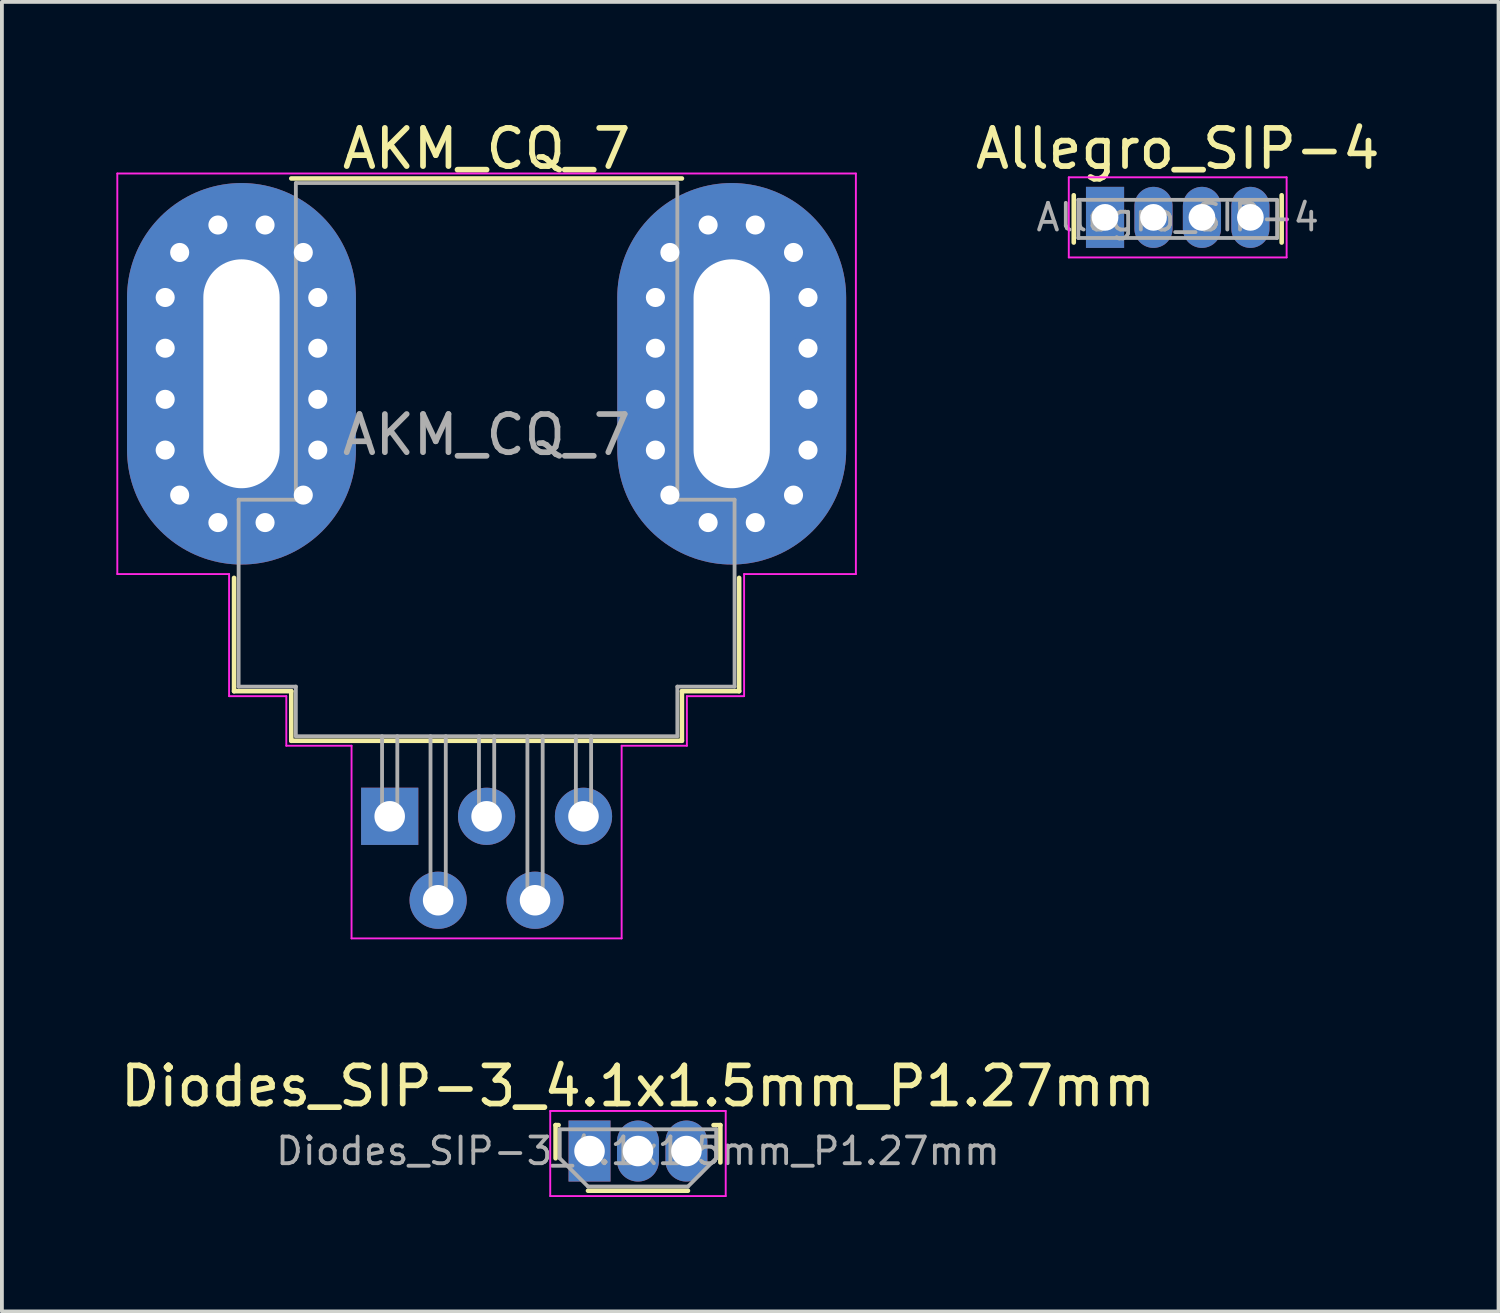
<source format=kicad_pcb>
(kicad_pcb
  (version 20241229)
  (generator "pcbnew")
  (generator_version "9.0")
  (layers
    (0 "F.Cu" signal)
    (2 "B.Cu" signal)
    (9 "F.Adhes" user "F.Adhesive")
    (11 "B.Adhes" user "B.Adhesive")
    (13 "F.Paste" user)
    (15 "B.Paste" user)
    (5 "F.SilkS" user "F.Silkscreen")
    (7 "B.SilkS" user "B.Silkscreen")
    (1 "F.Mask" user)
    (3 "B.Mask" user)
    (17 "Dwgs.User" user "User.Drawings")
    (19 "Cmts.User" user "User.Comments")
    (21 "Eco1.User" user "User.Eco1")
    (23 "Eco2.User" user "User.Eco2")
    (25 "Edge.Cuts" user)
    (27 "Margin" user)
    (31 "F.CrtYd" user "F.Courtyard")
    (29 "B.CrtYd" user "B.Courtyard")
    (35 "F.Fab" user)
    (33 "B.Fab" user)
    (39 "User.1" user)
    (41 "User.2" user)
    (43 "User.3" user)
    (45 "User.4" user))
  (footprint "AKM_CQ_7"
    (layer "F.Cu")
    (at 7.165 18.348)
    (property "Reference" "AKM_CQ_7" (at 2.54 -17.5 0) (layer "F.SilkS") (effects (font (size 1 1) (thickness 0.15))))
    (attr through_hole)
    (fp_line (start -4.08 -6.25) (end -4.08 -3.28) (stroke (width 0.12) (type solid)) (layer "F.SilkS"))
    (fp_line (start -2.58 -3.28) (end -4.08 -3.28) (stroke (width 0.12) (type solid)) (layer "F.SilkS"))
    (fp_line (start -2.58 -3.28) (end -2.58 -1.98) (stroke (width 0.12) (type solid)) (layer "F.SilkS"))
    (fp_line (start -2.58 -1.98) (end 7.66 -1.98) (stroke (width 0.12) (type solid)) (layer "F.SilkS"))
    (fp_line (start 7.66 -16.72) (end -2.58 -16.72) (stroke (width 0.12) (type solid)) (layer "F.SilkS"))
    (fp_line (start 7.66 -3.28) (end 7.66 -1.98) (stroke (width 0.12) (type solid)) (layer "F.SilkS"))
    (fp_line (start 7.66 -3.28) (end 9.16 -3.28) (stroke (width 0.12) (type solid)) (layer "F.SilkS"))
    (fp_line (start 9.16 -6.25) (end 9.16 -3.28) (stroke (width 0.12) (type solid)) (layer "F.SilkS"))
    (fp_line (start -7.14 -16.85) (end -7.14 -6.35) (stroke (width 0.05) (type solid)) (layer "F.CrtYd"))
    (fp_line (start -4.21 -6.35) (end -7.14 -6.35) (stroke (width 0.05) (type solid)) (layer "F.CrtYd"))
    (fp_line (start -4.21 -3.15) (end -4.21 -6.35) (stroke (width 0.05) (type solid)) (layer "F.CrtYd"))
    (fp_line (start -2.71 -3.15) (end -4.21 -3.15) (stroke (width 0.05) (type solid)) (layer "F.CrtYd"))
    (fp_line (start -2.71 -1.85) (end -2.71 -3.15) (stroke (width 0.05) (type solid)) (layer "F.CrtYd"))
    (fp_line (start -1 -1.85) (end -2.71 -1.85) (stroke (width 0.05) (type solid)) (layer "F.CrtYd"))
    (fp_line (start -1 3.2) (end -1 -1.85) (stroke (width 0.05) (type solid)) (layer "F.CrtYd"))
    (fp_line (start -1 3.2) (end 6.08 3.2) (stroke (width 0.05) (type solid)) (layer "F.CrtYd"))
    (fp_line (start 6.08 -1.85) (end 7.79 -1.85) (stroke (width 0.05) (type solid)) (layer "F.CrtYd"))
    (fp_line (start 6.08 3.2) (end 6.08 -1.85) (stroke (width 0.05) (type solid)) (layer "F.CrtYd"))
    (fp_line (start 7.79 -3.15) (end 9.29 -3.15) (stroke (width 0.05) (type solid)) (layer "F.CrtYd"))
    (fp_line (start 7.79 -1.85) (end 7.79 -3.15) (stroke (width 0.05) (type solid)) (layer "F.CrtYd"))
    (fp_line (start 9.29 -6.35) (end 12.22 -6.35) (stroke (width 0.05) (type solid)) (layer "F.CrtYd"))
    (fp_line (start 9.29 -3.15) (end 9.29 -6.35) (stroke (width 0.05) (type solid)) (layer "F.CrtYd"))
    (fp_line (start 12.22 -16.85) (end -7.14 -16.85) (stroke (width 0.05) (type solid)) (layer "F.CrtYd"))
    (fp_line (start 12.22 -16.85) (end 12.22 -6.35) (stroke (width 0.05) (type solid)) (layer "F.CrtYd"))
    (fp_line (start -3.96 -8.3) (end -3.96 -3.4) (stroke (width 0.1) (type solid)) (layer "F.Fab"))
    (fp_line (start -2.46 -16.6) (end -2.46 -8.3) (stroke (width 0.1) (type solid)) (layer "F.Fab"))
    (fp_line (start -2.46 -8.3) (end -3.96 -8.3) (stroke (width 0.1) (type solid)) (layer "F.Fab"))
    (fp_line (start -2.46 -3.4) (end -3.96 -3.4) (stroke (width 0.1) (type solid)) (layer "F.Fab"))
    (fp_line (start -2.46 -3.4) (end -2.46 -2.1) (stroke (width 0.1) (type solid)) (layer "F.Fab"))
    (fp_line (start -2.46 -2.1) (end 7.54 -2.1) (stroke (width 0.1) (type solid)) (layer "F.Fab"))
    (fp_line (start -0.2 -2.1) (end -0.2 0) (stroke (width 0.1) (type solid)) (layer "F.Fab"))
    (fp_line (start -0.2 0) (end 0.2 0) (stroke (width 0.1) (type solid)) (layer "F.Fab"))
    (fp_line (start 0.2 0) (end 0.2 -2.1) (stroke (width 0.1) (type solid)) (layer "F.Fab"))
    (fp_line (start 1.07 -2.1) (end 1.07 2.2) (stroke (width 0.1) (type solid)) (layer "F.Fab"))
    (fp_line (start 1.07 2.2) (end 1.47 2.2) (stroke (width 0.1) (type solid)) (layer "F.Fab"))
    (fp_line (start 1.47 2.2) (end 1.47 -2.1) (stroke (width 0.1) (type solid)) (layer "F.Fab"))
    (fp_line (start 2.34 -2.1) (end 2.34 0) (stroke (width 0.1) (type solid)) (layer "F.Fab"))
    (fp_line (start 2.34 0) (end 2.74 0) (stroke (width 0.1) (type solid)) (layer "F.Fab"))
    (fp_line (start 2.74 0) (end 2.74 -2.1) (stroke (width 0.1) (type solid)) (layer "F.Fab"))
    (fp_line (start 3.61 -2.1) (end 3.61 2.2) (stroke (width 0.1) (type solid)) (layer "F.Fab"))
    (fp_line (start 3.61 2.2) (end 4.01 2.2) (stroke (width 0.1) (type solid)) (layer "F.Fab"))
    (fp_line (start 4.01 2.2) (end 4.01 -2.1) (stroke (width 0.1) (type solid)) (layer "F.Fab"))
    (fp_line (start 4.88 -2.1) (end 4.88 0) (stroke (width 0.1) (type solid)) (layer "F.Fab"))
    (fp_line (start 4.88 0) (end 5.28 0) (stroke (width 0.1) (type solid)) (layer "F.Fab"))
    (fp_line (start 5.28 0) (end 5.28 -2.1) (stroke (width 0.1) (type solid)) (layer "F.Fab"))
    (fp_line (start 7.54 -16.6) (end -2.46 -16.6) (stroke (width 0.1) (type solid)) (layer "F.Fab"))
    (fp_line (start 7.54 -16.6) (end 7.54 -8.3) (stroke (width 0.1) (type solid)) (layer "F.Fab"))
    (fp_line (start 7.54 -8.3) (end 9.04 -8.3) (stroke (width 0.1) (type solid)) (layer "F.Fab"))
    (fp_line (start 7.54 -3.4) (end 7.54 -2.1) (stroke (width 0.1) (type solid)) (layer "F.Fab"))
    (fp_line (start 7.54 -3.4) (end 9.04 -3.4) (stroke (width 0.1) (type solid)) (layer "F.Fab"))
    (fp_line (start 9.04 -8.3) (end 9.04 -3.4) (stroke (width 0.1) (type solid)) (layer "F.Fab"))
    (fp_text user "${REFERENCE}" (at 2.54 -10 0) (layer "F.Fab") (effects (font (size 1 1) (thickness 0.15))))
    (pad "1" thru_hole rect (at 0 0) (size 1.5 1.5) (drill 0.8) (layers "*.Cu" "*.Mask"))
    (pad "2" thru_hole circle (at 1.27 2.2) (size 1.5 1.5) (drill 0.8) (layers "*.Cu" "*.Mask"))
    (pad "3" thru_hole circle (at 2.54 0) (size 1.5 1.5) (drill 0.8) (layers "*.Cu" "*.Mask"))
    (pad "4" thru_hole circle (at 3.81 2.2) (size 1.5 1.5) (drill 0.8) (layers "*.Cu" "*.Mask"))
    (pad "5" thru_hole circle (at 5.08 0) (size 1.5 1.5) (drill 0.8) (layers "*.Cu" "*.Mask"))
    (pad "6" thru_hole circle (at 6.965 -13.6) (size 0.8 0.8) (drill 0.5) (layers "*.Cu" "*.Mask"))
    (pad "6" thru_hole circle (at 6.965 -12.27) (size 0.8 0.8) (drill 0.5) (layers "*.Cu" "*.Mask"))
    (pad "6" thru_hole circle (at 6.965 -10.93) (size 0.8 0.8) (drill 0.5) (layers "*.Cu" "*.Mask"))
    (pad "6" thru_hole circle (at 6.965 -9.6) (size 0.8 0.8) (drill 0.5) (layers "*.Cu" "*.Mask"))
    (pad "6" thru_hole circle (at 7.345 -14.78) (size 0.8 0.8) (drill 0.5) (layers "*.Cu" "*.Mask"))
    (pad "6" thru_hole circle (at 7.345 -8.42) (size 0.8 0.8) (drill 0.5) (layers "*.Cu" "*.Mask"))
    (pad "6" thru_hole circle (at 8.347 -15.5) (size 0.8 0.8) (drill 0.5) (layers "*.Cu" "*.Mask"))
    (pad "6" thru_hole circle (at 8.347 -7.7) (size 0.8 0.8) (drill 0.5) (layers "*.Cu" "*.Mask"))
    (pad "6" thru_hole oval (at 8.965 -11.6) (size 6 10) (drill oval 2 6) (layers "*.Cu" "*.Mask"))
    (pad "6" thru_hole circle (at 9.583 -15.5) (size 0.8 0.8) (drill 0.5) (layers "*.Cu" "*.Mask"))
    (pad "6" thru_hole circle (at 9.583 -7.7) (size 0.8 0.8) (drill 0.5) (layers "*.Cu" "*.Mask"))
    (pad "6" thru_hole circle (at 10.585 -14.78) (size 0.8 0.8) (drill 0.5) (layers "*.Cu" "*.Mask"))
    (pad "6" thru_hole circle (at 10.585 -8.42) (size 0.8 0.8) (drill 0.5) (layers "*.Cu" "*.Mask"))
    (pad "6" thru_hole circle (at 10.965 -13.6) (size 0.8 0.8) (drill 0.5) (layers "*.Cu" "*.Mask"))
    (pad "6" thru_hole circle (at 10.965 -12.27) (size 0.8 0.8) (drill 0.5) (layers "*.Cu" "*.Mask"))
    (pad "6" thru_hole circle (at 10.965 -10.93) (size 0.8 0.8) (drill 0.5) (layers "*.Cu" "*.Mask"))
    (pad "6" thru_hole circle (at 10.965 -9.6) (size 0.8 0.8) (drill 0.5) (layers "*.Cu" "*.Mask"))
    (pad "7" thru_hole circle (at -5.885 -13.6) (size 0.8 0.8) (drill 0.5) (layers "*.Cu" "*.Mask"))
    (pad "7" thru_hole circle (at -5.885 -12.27) (size 0.8 0.8) (drill 0.5) (layers "*.Cu" "*.Mask"))
    (pad "7" thru_hole circle (at -5.885 -10.93) (size 0.8 0.8) (drill 0.5) (layers "*.Cu" "*.Mask"))
    (pad "7" thru_hole circle (at -5.885 -9.6) (size 0.8 0.8) (drill 0.5) (layers "*.Cu" "*.Mask"))
    (pad "7" thru_hole circle (at -5.505 -14.78) (size 0.8 0.8) (drill 0.5) (layers "*.Cu" "*.Mask"))
    (pad "7" thru_hole circle (at -5.505 -8.42) (size 0.8 0.8) (drill 0.5) (layers "*.Cu" "*.Mask"))
    (pad "7" thru_hole circle (at -4.503 -15.5) (size 0.8 0.8) (drill 0.5) (layers "*.Cu" "*.Mask"))
    (pad "7" thru_hole circle (at -4.503 -7.7) (size 0.8 0.8) (drill 0.5) (layers "*.Cu" "*.Mask"))
    (pad "7" thru_hole oval (at -3.885 -11.6) (size 6 10) (drill oval 2 6) (layers "*.Cu" "*.Mask"))
    (pad "7" thru_hole circle (at -3.267 -15.5) (size 0.8 0.8) (drill 0.5) (layers "*.Cu" "*.Mask"))
    (pad "7" thru_hole circle (at -3.267 -7.7) (size 0.8 0.8) (drill 0.5) (layers "*.Cu" "*.Mask"))
    (pad "7" thru_hole circle (at -2.265 -14.78) (size 0.8 0.8) (drill 0.5) (layers "*.Cu" "*.Mask"))
    (pad "7" thru_hole circle (at -2.265 -8.42) (size 0.8 0.8) (drill 0.5) (layers "*.Cu" "*.Mask"))
    (pad "7" thru_hole circle (at -1.885 -13.6) (size 0.8 0.8) (drill 0.5) (layers "*.Cu" "*.Mask"))
    (pad "7" thru_hole circle (at -1.885 -12.27) (size 0.8 0.8) (drill 0.5) (layers "*.Cu" "*.Mask"))
    (pad "7" thru_hole circle (at -1.885 -10.93) (size 0.8 0.8) (drill 0.5) (layers "*.Cu" "*.Mask"))
    (pad "7" thru_hole circle (at -1.885 -9.6) (size 0.8 0.8) (drill 0.5) (layers "*.Cu" "*.Mask")))
  (footprint "Diodes_SIP-3_4.1x1.5mm_P1.27mm"
    (layer "F.Cu")
    (at 12.403 27.122)
    (property "Reference" "Diodes_SIP-3_4.1x1.5mm_P1.27mm" (at 1.27 -1.7 0) (layer "F.SilkS") (effects (font (size 1 1) (thickness 0.15))))
    (attr through_hole)
    (fp_line (start -0.89 -0.68) (end -0.89 0.19) (stroke (width 0.12) (type solid)) (layer "F.SilkS"))
    (fp_line (start -0.81 -0.68) (end -0.89 -0.68) (stroke (width 0.12) (type solid)) (layer "F.SilkS"))
    (fp_line (start -0.04 1.04) (end 2.58 1.04) (stroke (width 0.12) (type solid)) (layer "F.SilkS"))
    (fp_line (start 3.25 -0.68) (end 3.43 -0.68) (stroke (width 0.12) (type solid)) (layer "F.SilkS"))
    (fp_line (start 3.43 -0.68) (end 3.43 0.3) (stroke (width 0.12) (type solid)) (layer "F.SilkS"))
    (fp_line (start -1.03 -1.05) (end -1.03 1.18) (stroke (width 0.05) (type solid)) (layer "F.CrtYd"))
    (fp_line (start -1.03 1.18) (end 3.57 1.18) (stroke (width 0.05) (type solid)) (layer "F.CrtYd"))
    (fp_line (start 3.57 -1.05) (end -1.03 -1.05) (stroke (width 0.05) (type solid)) (layer "F.CrtYd"))
    (fp_line (start 3.57 -1.05) (end 3.57 1.18) (stroke (width 0.05) (type solid)) (layer "F.CrtYd"))
    (fp_line (start -0.78 -0.57) (end -0.78 0.19) (stroke (width 0.1) (type solid)) (layer "F.Fab"))
    (fp_line (start -0.78 -0.57) (end 3.32 -0.57) (stroke (width 0.1) (type solid)) (layer "F.Fab"))
    (fp_line (start -0.78 0.19) (end -0.04 0.93) (stroke (width 0.1) (type solid)) (layer "F.Fab"))
    (fp_line (start -0.04 0.93) (end 2.58 0.93) (stroke (width 0.1) (type solid)) (layer "F.Fab"))
    (fp_line (start 3.32 -0.57) (end 3.32 0.19) (stroke (width 0.1) (type solid)) (layer "F.Fab"))
    (fp_line (start 3.32 0.19) (end 2.58 0.93) (stroke (width 0.1) (type solid)) (layer "F.Fab"))
    (fp_text user "${REFERENCE}" (at 1.27 0 0) (layer "F.Fab") (effects (font (size 0.7 0.7) (thickness 0.1))))
    (pad "1" thru_hole rect (at 0 0) (size 1.1 1.6) (drill 0.8) (layers "*.Cu" "*.Mask"))
    (pad "2" thru_hole oval (at 1.27 0) (size 1.1 1.6) (drill 0.8) (layers "*.Cu" "*.Mask"))
    (pad "3" thru_hole oval (at 2.54 0) (size 1.1 1.6) (drill 0.8) (layers "*.Cu" "*.Mask")))
  (footprint "Allegro_SIP-4"
    (layer "F.Cu")
    (at 25.916 2.648)
    (property "Reference" "Allegro_SIP-4" (at 1.905 -1.8 0) (layer "F.SilkS") (effects (font (size 1 1) (thickness 0.15))))
    (attr through_hole)
    (fp_line (start -0.82 0.66) (end -0.82 -0.58) (stroke (width 0.12) (type solid)) (layer "F.SilkS"))
    (fp_line (start 4.63 -0.58) (end 4.63 0.66) (stroke (width 0.12) (type solid)) (layer "F.SilkS"))
    (fp_line (start -0.95 -1.05) (end -0.95 1.05) (stroke (width 0.05) (type solid)) (layer "F.CrtYd"))
    (fp_line (start -0.95 1.05) (end 4.76 1.05) (stroke (width 0.05) (type solid)) (layer "F.CrtYd"))
    (fp_line (start 4.76 -1.05) (end -0.95 -1.05) (stroke (width 0.05) (type solid)) (layer "F.CrtYd"))
    (fp_line (start 4.76 1.05) (end 4.76 -1.05) (stroke (width 0.05) (type solid)) (layer "F.CrtYd"))
    (fp_line (start -0.7 -0.46) (end 4.51 -0.46) (stroke (width 0.1) (type solid)) (layer "F.Fab"))
    (fp_line (start -0.7 0.54) (end -0.7 -0.46) (stroke (width 0.1) (type solid)) (layer "F.Fab"))
    (fp_line (start 4.51 -0.46) (end 4.51 0.54) (stroke (width 0.1) (type solid)) (layer "F.Fab"))
    (fp_line (start 4.51 0.54) (end -0.7 0.54) (stroke (width 0.1) (type solid)) (layer "F.Fab"))
    (fp_text user "${REFERENCE}" (at 1.905 0 0) (layer "F.Fab") (effects (font (size 0.7 0.7) (thickness 0.1))))
    (pad "1" thru_hole rect (at 0 0) (size 1 1.6) (drill 0.7) (layers "*.Cu" "*.Mask"))
    (pad "2" thru_hole oval (at 1.27 0) (size 1 1.6) (drill 0.7) (layers "*.Cu" "*.Mask"))
    (pad "3" thru_hole oval (at 2.54 0) (size 1 1.6) (drill 0.7) (layers "*.Cu" "*.Mask"))
    (pad "4" thru_hole oval (at 3.81 0) (size 1 1.6) (drill 0.7) (layers "*.Cu" "*.Mask")))
  (gr_rect
    (start -3 -3)
    (end 36.231 31.326)
    (stroke (width 0.1) (type default))
    (fill no)
    (layer "Edge.Cuts")))
</source>
